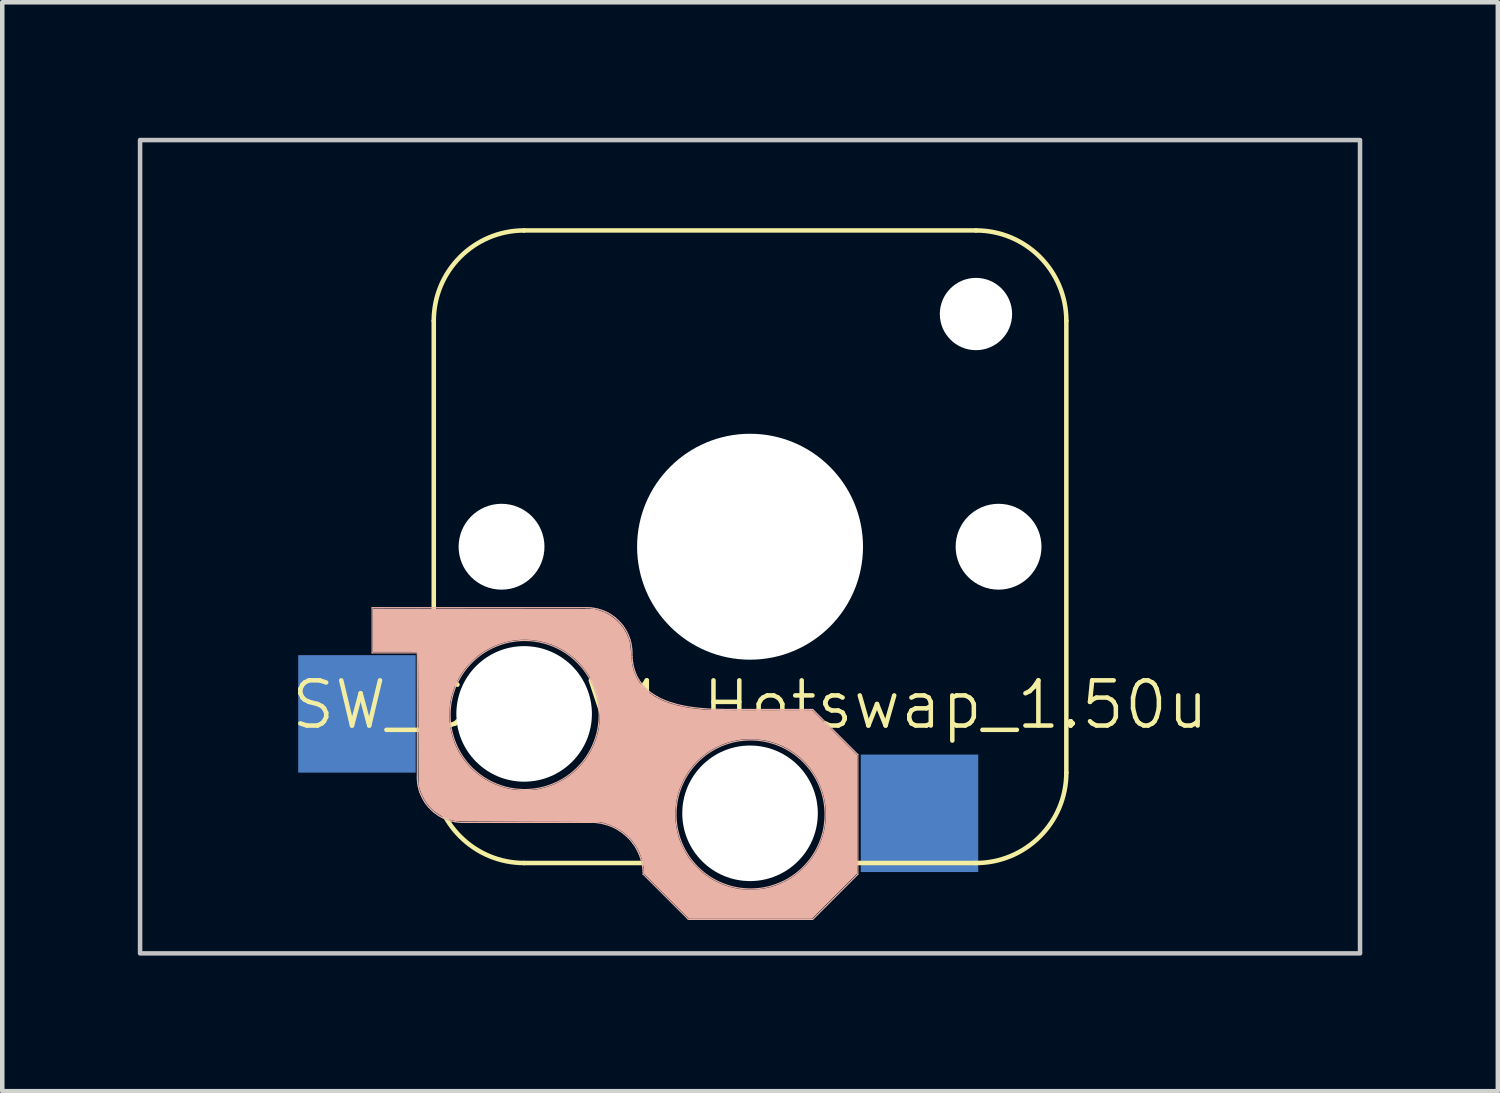
<source format=kicad_pcb>
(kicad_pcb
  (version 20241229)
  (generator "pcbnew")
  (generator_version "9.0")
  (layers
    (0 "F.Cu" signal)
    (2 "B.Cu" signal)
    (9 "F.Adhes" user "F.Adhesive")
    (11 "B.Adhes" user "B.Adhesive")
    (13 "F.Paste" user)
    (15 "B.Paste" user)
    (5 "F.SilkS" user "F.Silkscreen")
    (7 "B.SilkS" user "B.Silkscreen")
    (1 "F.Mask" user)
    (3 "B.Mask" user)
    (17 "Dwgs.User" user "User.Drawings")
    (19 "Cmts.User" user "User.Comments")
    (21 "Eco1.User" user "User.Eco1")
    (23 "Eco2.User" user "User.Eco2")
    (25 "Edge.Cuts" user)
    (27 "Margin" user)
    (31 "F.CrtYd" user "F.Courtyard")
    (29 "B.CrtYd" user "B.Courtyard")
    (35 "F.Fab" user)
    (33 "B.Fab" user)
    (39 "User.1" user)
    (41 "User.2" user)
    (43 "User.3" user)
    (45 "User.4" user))
  (footprint "SW_ChocV1_Hotswap_1.50u"
    (layer "F.Cu")
    (at 13.55 9.05)
    (property "Reference" "SW_ChocV1_Hotswap_1.50u" (at 0 3.5 0) (unlocked yes) (layer "F.SilkS") (effects (font (size 1 1) (thickness 0.1))))
    (attr through_hole)
    (fp_line (start -7 -5) (end -7 5) (stroke (width 0.1) (type default)) (layer "F.SilkS"))
    (fp_line (start -5 -7) (end 5 -7) (stroke (width 0.1) (type default)) (layer "F.SilkS"))
    (fp_line (start -5 7) (end -1.5 7) (stroke (width 0.1) (type default)) (layer "F.SilkS"))
    (fp_line (start 1.5 7) (end 5 7) (stroke (width 0.1) (type default)) (layer "F.SilkS"))
    (fp_line (start 7 -5) (end 7 5) (stroke (width 0.1) (type default)) (layer "F.SilkS"))
    (fp_arc (start -7 -5) (mid -6.414214 -6.414214) (end -5 -7) (stroke (width 0.1) (type default)) (layer "F.SilkS"))
    (fp_arc (start -5 7) (mid -6.414214 6.414214) (end -7 5) (stroke (width 0.1) (type default)) (layer "F.SilkS"))
    (fp_arc (start 5 -7) (mid 6.414214 -6.414214) (end 7 -5) (stroke (width 0.1) (type default)) (layer "F.SilkS"))
    (fp_arc (start 7 5) (mid 6.414214 6.414214) (end 5 7) (stroke (width 0.1) (type default)) (layer "F.SilkS"))
    (fp_line (start -8.364 1.349) (end -7.364 1.349) (stroke (width 0.026) (type solid)) (layer "B.SilkS"))
    (fp_line (start -8.364 2.349) (end -8.364 1.349) (stroke (width 0.026) (type solid)) (layer "B.SilkS"))
    (fp_line (start -7.364 1.349) (end -3.614 1.349) (stroke (width 0.026) (type solid)) (layer "B.SilkS"))
    (fp_line (start -7.364 2.349) (end -8.364 2.349) (stroke (width 0.026) (type solid)) (layer "B.SilkS"))
    (fp_line (start -7.364 5.1) (end -7.364 2.349) (stroke (width 0.026) (type solid)) (layer "B.SilkS"))
    (fp_line (start -7.364 5.1) (end -7.363 5.149) (stroke (width 0.026) (type solid)) (layer "B.SilkS"))
    (fp_line (start -7.363 5.149) (end -7.359 5.199) (stroke (width 0.026) (type solid)) (layer "B.SilkS"))
    (fp_line (start -7.359 5.199) (end -7.353 5.247) (stroke (width 0.026) (type solid)) (layer "B.SilkS"))
    (fp_line (start -7.353 5.247) (end -7.345 5.296) (stroke (width 0.026) (type solid)) (layer "B.SilkS"))
    (fp_line (start -7.345 5.296) (end -7.334 5.344) (stroke (width 0.026) (type solid)) (layer "B.SilkS"))
    (fp_line (start -7.334 5.344) (end -7.321 5.391) (stroke (width 0.026) (type solid)) (layer "B.SilkS"))
    (fp_line (start -7.321 5.391) (end -7.306 5.437) (stroke (width 0.026) (type solid)) (layer "B.SilkS"))
    (fp_line (start -7.306 5.437) (end -7.288 5.483) (stroke (width 0.026) (type solid)) (layer "B.SilkS"))
    (fp_line (start -7.288 5.483) (end -7.268 5.527) (stroke (width 0.026) (type solid)) (layer "B.SilkS"))
    (fp_line (start -7.268 5.527) (end -7.247 5.571) (stroke (width 0.026) (type solid)) (layer "B.SilkS"))
    (fp_line (start -7.247 5.571) (end -7.222 5.613) (stroke (width 0.026) (type solid)) (layer "B.SilkS"))
    (fp_line (start -7.222 5.613) (end -7.196 5.655) (stroke (width 0.026) (type solid)) (layer "B.SilkS"))
    (fp_line (start -7.196 5.655) (end -7.168 5.695) (stroke (width 0.026) (type solid)) (layer "B.SilkS"))
    (fp_line (start -7.168 5.695) (end -7.138 5.734) (stroke (width 0.026) (type solid)) (layer "B.SilkS"))
    (fp_line (start -7.138 5.734) (end -7.106 5.771) (stroke (width 0.026) (type solid)) (layer "B.SilkS"))
    (fp_line (start -7.106 5.771) (end -7.071 5.807) (stroke (width 0.026) (type solid)) (layer "B.SilkS"))
    (fp_line (start -7.071 5.807) (end -7.036 5.841) (stroke (width 0.026) (type solid)) (layer "B.SilkS"))
    (fp_line (start -7.036 5.841) (end -6.998 5.873) (stroke (width 0.026) (type solid)) (layer "B.SilkS"))
    (fp_line (start -6.998 5.873) (end -6.959 5.904) (stroke (width 0.026) (type solid)) (layer "B.SilkS"))
    (fp_line (start -6.959 5.904) (end -6.919 5.932) (stroke (width 0.026) (type solid)) (layer "B.SilkS"))
    (fp_line (start -6.919 5.932) (end -6.878 5.958) (stroke (width 0.026) (type solid)) (layer "B.SilkS"))
    (fp_line (start -6.878 5.958) (end -6.835 5.982) (stroke (width 0.026) (type solid)) (layer "B.SilkS"))
    (fp_line (start -6.835 5.982) (end -6.792 6.004) (stroke (width 0.026) (type solid)) (layer "B.SilkS"))
    (fp_line (start -6.792 6.004) (end -6.747 6.024) (stroke (width 0.026) (type solid)) (layer "B.SilkS"))
    (fp_line (start -6.747 6.024) (end -6.702 6.041) (stroke (width 0.026) (type solid)) (layer "B.SilkS"))
    (fp_line (start -6.702 6.041) (end -6.655 6.057) (stroke (width 0.026) (type solid)) (layer "B.SilkS"))
    (fp_line (start -6.655 6.057) (end -6.608 6.07) (stroke (width 0.026) (type solid)) (layer "B.SilkS"))
    (fp_line (start -6.608 6.07) (end -6.56 6.08) (stroke (width 0.026) (type solid)) (layer "B.SilkS"))
    (fp_line (start -6.56 6.08) (end -6.512 6.089) (stroke (width 0.026) (type solid)) (layer "B.SilkS"))
    (fp_line (start -6.512 6.089) (end -6.463 6.095) (stroke (width 0.026) (type solid)) (layer "B.SilkS"))
    (fp_line (start -6.463 6.095) (end -6.414 6.099) (stroke (width 0.026) (type solid)) (layer "B.SilkS"))
    (fp_line (start -6.414 6.099) (end -6.364 6.1) (stroke (width 0.026) (type solid)) (layer "B.SilkS"))
    (fp_line (start -6.364 6.1) (end -6.364 6.101) (stroke (width 0.026) (type default)) (layer "B.SilkS"))
    (fp_line (start -3.614 1.35) (end -3.614 1.349) (stroke (width 0.026) (type default)) (layer "B.SilkS"))
    (fp_line (start -3.565 1.351) (end -3.614 1.35) (stroke (width 0.026) (type solid)) (layer "B.SilkS"))
    (fp_line (start -3.516 1.355) (end -3.565 1.351) (stroke (width 0.026) (type solid)) (layer "B.SilkS"))
    (fp_line (start -3.514 6.101) (end -6.364 6.101) (stroke (width 0.026) (type solid)) (layer "B.SilkS"))
    (fp_line (start -3.514 6.101) (end -3.514 6.1) (stroke (width 0.026) (type default)) (layer "B.SilkS"))
    (fp_line (start -3.467 1.361) (end -3.516 1.355) (stroke (width 0.026) (type solid)) (layer "B.SilkS"))
    (fp_line (start -3.457 6.101) (end -3.514 6.1) (stroke (width 0.026) (type solid)) (layer "B.SilkS"))
    (fp_line (start -3.418 1.369) (end -3.467 1.361) (stroke (width 0.026) (type solid)) (layer "B.SilkS"))
    (fp_line (start -3.401 6.105) (end -3.457 6.101) (stroke (width 0.026) (type solid)) (layer "B.SilkS"))
    (fp_line (start -3.371 1.38) (end -3.418 1.369) (stroke (width 0.026) (type solid)) (layer "B.SilkS"))
    (fp_line (start -3.345 6.112) (end -3.401 6.105) (stroke (width 0.026) (type solid)) (layer "B.SilkS"))
    (fp_line (start -3.324 1.393) (end -3.371 1.38) (stroke (width 0.026) (type solid)) (layer "B.SilkS"))
    (fp_line (start -3.289 6.122) (end -3.345 6.112) (stroke (width 0.026) (type solid)) (layer "B.SilkS"))
    (fp_line (start -3.277 1.408) (end -3.324 1.393) (stroke (width 0.026) (type solid)) (layer "B.SilkS"))
    (fp_line (start -3.234 6.135) (end -3.289 6.122) (stroke (width 0.026) (type solid)) (layer "B.SilkS"))
    (fp_line (start -3.232 1.426) (end -3.277 1.408) (stroke (width 0.026) (type solid)) (layer "B.SilkS"))
    (fp_line (start -3.187 1.446) (end -3.232 1.426) (stroke (width 0.026) (type solid)) (layer "B.SilkS"))
    (fp_line (start -3.18 6.15) (end -3.234 6.135) (stroke (width 0.026) (type solid)) (layer "B.SilkS"))
    (fp_line (start -3.143 1.468) (end -3.187 1.446) (stroke (width 0.026) (type solid)) (layer "B.SilkS"))
    (fp_line (start -3.127 6.167) (end -3.18 6.15) (stroke (width 0.026) (type solid)) (layer "B.SilkS"))
    (fp_line (start -3.101 1.492) (end -3.143 1.468) (stroke (width 0.026) (type solid)) (layer "B.SilkS"))
    (fp_line (start -3.074 6.187) (end -3.127 6.167) (stroke (width 0.026) (type solid)) (layer "B.SilkS"))
    (fp_line (start -3.06 1.518) (end -3.101 1.492) (stroke (width 0.026) (type solid)) (layer "B.SilkS"))
    (fp_line (start -3.023 6.21) (end -3.074 6.187) (stroke (width 0.026) (type solid)) (layer "B.SilkS"))
    (fp_line (start -3.019 1.546) (end -3.06 1.518) (stroke (width 0.026) (type solid)) (layer "B.SilkS"))
    (fp_line (start -2.981 1.576) (end -3.019 1.546) (stroke (width 0.026) (type solid)) (layer "B.SilkS"))
    (fp_line (start -2.973 6.235) (end -3.023 6.21) (stroke (width 0.026) (type solid)) (layer "B.SilkS"))
    (fp_line (start -2.943 1.609) (end -2.981 1.576) (stroke (width 0.026) (type solid)) (layer "B.SilkS"))
    (fp_line (start -2.924 6.263) (end -2.973 6.235) (stroke (width 0.026) (type solid)) (layer "B.SilkS"))
    (fp_line (start -2.907 1.643) (end -2.943 1.609) (stroke (width 0.026) (type solid)) (layer "B.SilkS"))
    (fp_line (start -2.876 6.293) (end -2.924 6.263) (stroke (width 0.026) (type solid)) (layer "B.SilkS"))
    (fp_line (start -2.873 1.679) (end -2.907 1.643) (stroke (width 0.026) (type solid)) (layer "B.SilkS"))
    (fp_line (start -2.841 1.716) (end -2.873 1.679) (stroke (width 0.026) (type solid)) (layer "B.SilkS"))
    (fp_line (start -2.83 6.325) (end -2.876 6.293) (stroke (width 0.026) (type solid)) (layer "B.SilkS"))
    (fp_line (start -2.811 1.755) (end -2.841 1.716) (stroke (width 0.026) (type solid)) (layer "B.SilkS"))
    (fp_line (start -2.786 6.36) (end -2.83 6.325) (stroke (width 0.026) (type solid)) (layer "B.SilkS"))
    (fp_line (start -2.782 1.795) (end -2.811 1.755) (stroke (width 0.026) (type solid)) (layer "B.SilkS"))
    (fp_line (start -2.756 1.836) (end -2.782 1.795) (stroke (width 0.026) (type solid)) (layer "B.SilkS"))
    (fp_line (start -2.743 6.397) (end -2.786 6.36) (stroke (width 0.026) (type solid)) (layer "B.SilkS"))
    (fp_line (start -2.732 1.879) (end -2.756 1.836) (stroke (width 0.026) (type solid)) (layer "B.SilkS"))
    (fp_line (start -2.71 1.923) (end -2.732 1.879) (stroke (width 0.026) (type solid)) (layer "B.SilkS"))
    (fp_line (start -2.701 6.437) (end -2.743 6.397) (stroke (width 0.026) (type solid)) (layer "B.SilkS"))
    (fp_line (start -2.69 1.967) (end -2.71 1.923) (stroke (width 0.026) (type solid)) (layer "B.SilkS"))
    (fp_line (start -2.673 2.013) (end -2.69 1.967) (stroke (width 0.026) (type solid)) (layer "B.SilkS"))
    (fp_line (start -2.662 6.478) (end -2.701 6.437) (stroke (width 0.026) (type solid)) (layer "B.SilkS"))
    (fp_line (start -2.658 2.059) (end -2.673 2.013) (stroke (width 0.026) (type solid)) (layer "B.SilkS"))
    (fp_line (start -2.644 2.106) (end -2.658 2.059) (stroke (width 0.026) (type solid)) (layer "B.SilkS"))
    (fp_line (start -2.634 2.154) (end -2.644 2.106) (stroke (width 0.026) (type solid)) (layer "B.SilkS"))
    (fp_line (start -2.625 2.202) (end -2.634 2.154) (stroke (width 0.026) (type solid)) (layer "B.SilkS"))
    (fp_line (start -2.625 6.521) (end -2.662 6.478) (stroke (width 0.026) (type solid)) (layer "B.SilkS"))
    (fp_line (start -2.619 2.251) (end -2.625 2.202) (stroke (width 0.026) (type solid)) (layer "B.SilkS"))
    (fp_line (start -2.616 2.3) (end -2.619 2.251) (stroke (width 0.026) (type solid)) (layer "B.SilkS"))
    (fp_line (start -2.614 2.35) (end -2.616 2.3) (stroke (width 0.026) (type solid)) (layer "B.SilkS"))
    (fp_line (start -2.612 2.427) (end -2.614 2.35) (stroke (width 0.026) (type solid)) (layer "B.SilkS"))
    (fp_line (start -2.607 2.501) (end -2.612 2.427) (stroke (width 0.026) (type solid)) (layer "B.SilkS"))
    (fp_line (start -2.597 2.573) (end -2.607 2.501) (stroke (width 0.026) (type solid)) (layer "B.SilkS"))
    (fp_line (start -2.59 6.566) (end -2.625 6.521) (stroke (width 0.026) (type solid)) (layer "B.SilkS"))
    (fp_line (start -2.583 2.643) (end -2.597 2.573) (stroke (width 0.026) (type solid)) (layer "B.SilkS"))
    (fp_line (start -2.566 2.71) (end -2.583 2.643) (stroke (width 0.026) (type solid)) (layer "B.SilkS"))
    (fp_line (start -2.558 6.612) (end -2.59 6.566) (stroke (width 0.026) (type solid)) (layer "B.SilkS"))
    (fp_line (start -2.544 2.775) (end -2.566 2.71) (stroke (width 0.026) (type solid)) (layer "B.SilkS"))
    (fp_line (start -2.527 6.659) (end -2.558 6.612) (stroke (width 0.026) (type solid)) (layer "B.SilkS"))
    (fp_line (start -2.519 2.837) (end -2.544 2.775) (stroke (width 0.026) (type solid)) (layer "B.SilkS"))
    (fp_line (start -2.5 6.708) (end -2.527 6.659) (stroke (width 0.026) (type solid)) (layer "B.SilkS"))
    (fp_line (start -2.489 2.897) (end -2.519 2.837) (stroke (width 0.026) (type solid)) (layer "B.SilkS"))
    (fp_line (start -2.475 6.758) (end -2.5 6.708) (stroke (width 0.026) (type solid)) (layer "B.SilkS"))
    (fp_line (start -2.456 2.954) (end -2.489 2.897) (stroke (width 0.026) (type solid)) (layer "B.SilkS"))
    (fp_line (start -2.452 6.81) (end -2.475 6.758) (stroke (width 0.026) (type solid)) (layer "B.SilkS"))
    (fp_line (start -2.432 6.862) (end -2.452 6.81) (stroke (width 0.026) (type solid)) (layer "B.SilkS"))
    (fp_line (start -2.419 3.009) (end -2.456 2.954) (stroke (width 0.026) (type solid)) (layer "B.SilkS"))
    (fp_line (start -2.414 6.915) (end -2.432 6.862) (stroke (width 0.026) (type solid)) (layer "B.SilkS"))
    (fp_line (start -2.399 6.97) (end -2.414 6.915) (stroke (width 0.026) (type solid)) (layer "B.SilkS"))
    (fp_line (start -2.387 7.024) (end -2.399 6.97) (stroke (width 0.026) (type solid)) (layer "B.SilkS"))
    (fp_line (start -2.378 3.061) (end -2.419 3.009) (stroke (width 0.026) (type solid)) (layer "B.SilkS"))
    (fp_line (start -2.377 7.08) (end -2.387 7.024) (stroke (width 0.026) (type solid)) (layer "B.SilkS"))
    (fp_line (start -2.37 7.136) (end -2.377 7.08) (stroke (width 0.026) (type solid)) (layer "B.SilkS"))
    (fp_line (start -2.366 7.193) (end -2.37 7.136) (stroke (width 0.026) (type solid)) (layer "B.SilkS"))
    (fp_line (start -2.364 7.25) (end -2.366 7.193) (stroke (width 0.026) (type solid)) (layer "B.SilkS"))
    (fp_line (start -2.364 7.25) (end -2.364 7.249) (stroke (width 0.026) (type default)) (layer "B.SilkS"))
    (fp_line (start -2.333 3.112) (end -2.378 3.061) (stroke (width 0.026) (type solid)) (layer "B.SilkS"))
    (fp_line (start -2.284 3.159) (end -2.333 3.112) (stroke (width 0.026) (type solid)) (layer "B.SilkS"))
    (fp_line (start -2.232 3.204) (end -2.284 3.159) (stroke (width 0.026) (type solid)) (layer "B.SilkS"))
    (fp_line (start -2.175 3.247) (end -2.232 3.204) (stroke (width 0.026) (type solid)) (layer "B.SilkS"))
    (fp_line (start -2.114 3.287) (end -2.175 3.247) (stroke (width 0.026) (type solid)) (layer "B.SilkS"))
    (fp_line (start -2.05 3.325) (end -2.114 3.287) (stroke (width 0.026) (type solid)) (layer "B.SilkS"))
    (fp_line (start -1.982 3.361) (end -2.05 3.325) (stroke (width 0.026) (type solid)) (layer "B.SilkS"))
    (fp_line (start -1.833 3.424) (end -1.982 3.361) (stroke (width 0.026) (type solid)) (layer "B.SilkS"))
    (fp_line (start -1.669 3.478) (end -1.833 3.424) (stroke (width 0.026) (type solid)) (layer "B.SilkS"))
    (fp_line (start -1.489 3.522) (end -1.669 3.478) (stroke (width 0.026) (type solid)) (layer "B.SilkS"))
    (fp_line (start -1.364 8.249) (end -2.364 7.249) (stroke (width 0.026) (type solid)) (layer "B.SilkS"))
    (fp_line (start -1.294 3.556) (end -1.489 3.522) (stroke (width 0.026) (type solid)) (layer "B.SilkS"))
    (fp_line (start -1.083 3.58) (end -1.294 3.556) (stroke (width 0.026) (type solid)) (layer "B.SilkS"))
    (fp_line (start -0.857 3.595) (end -1.083 3.58) (stroke (width 0.026) (type solid)) (layer "B.SilkS"))
    (fp_line (start -0.614 3.601) (end -0.614 3.6) (stroke (width 0.026) (type default)) (layer "B.SilkS"))
    (fp_line (start -0.614 3.601) (end 1.386 3.601) (stroke (width 0.026) (type solid)) (layer "B.SilkS"))
    (fp_line (start -0.614 3.6) (end -0.857 3.595) (stroke (width 0.026) (type solid)) (layer "B.SilkS"))
    (fp_line (start 1.386 8.249) (end -1.364 8.249) (stroke (width 0.026) (type solid)) (layer "B.SilkS"))
    (fp_line (start 2.386 4.601) (end 1.386 3.601) (stroke (width 0.026) (type solid)) (layer "B.SilkS"))
    (fp_line (start 2.386 4.601) (end 2.386 7.249) (stroke (width 0.026) (type solid)) (layer "B.SilkS"))
    (fp_line (start 2.386 7.249) (end 1.386 8.249) (stroke (width 0.026) (type solid)) (layer "B.SilkS"))
    (fp_poly (pts (xy -4.883 2.078) (xy -4.776 2.089) (xy -4.67 2.106) (xy -4.566 2.13) (xy -4.462 2.161) (xy -4.361 2.199) (xy -4.261 2.244) (xy -4.164 2.296) (xy -4.071 2.354) (xy -3.982 2.418) (xy -3.899 2.487) (xy -3.82 2.561) (xy -3.747 2.639) (xy -3.679 2.722) (xy -3.617 2.809) (xy -3.56 2.9) (xy -3.51 2.994) (xy -3.466 3.091) (xy -3.428 3.192) (xy -3.396 3.294) (xy -3.372 3.399) (xy -3.354 3.506) (xy -3.343 3.615) (xy -3.339 3.725) (xy -3.34 3.78) (xy -3.343 3.835) (xy -3.348 3.889) (xy -3.354 3.943) (xy -3.362 3.997) (xy -3.372 4.05) (xy -3.383 4.103) (xy -3.396 4.155) (xy -3.411 4.207) (xy -3.428 4.258) (xy -3.446 4.309) (xy -3.466 4.358) (xy -3.487 4.407) (xy -3.51 4.456) (xy -3.534 4.503) (xy -3.56 4.55) (xy -3.588 4.596) (xy -3.617 4.641) (xy -3.647 4.685) (xy -3.679 4.728) (xy -3.712 4.77) (xy -3.747 4.811) (xy -3.783 4.85) (xy -3.82 4.889) (xy -3.859 4.927) (xy -3.899 4.963) (xy -3.94 4.998) (xy -3.982 5.032) (xy -4.026 5.064) (xy -4.071 5.096) (xy -4.117 5.125) (xy -4.164 5.154) (xy -4.261 5.206) (xy -4.361 5.25) (xy -4.462 5.288) (xy -4.566 5.32) (xy -4.67 5.344) (xy -4.776 5.361) (xy -4.883 5.371) (xy -4.989 5.375) (xy -5.096 5.371) (xy -5.203 5.361) (xy -5.308 5.344) (xy -5.413 5.32) (xy -5.516 5.288) (xy -5.618 5.25) (xy -5.717 5.206) (xy -5.814 5.154) (xy -5.908 5.096) (xy -5.996 5.032) (xy -6.08 4.963) (xy -6.159 4.889) (xy -6.232 4.811) (xy -6.3 4.728) (xy -6.362 4.641) (xy -6.418 4.55) (xy -6.469 4.456) (xy -6.513 4.358) (xy -6.551 4.258) (xy -6.582 4.155) (xy -6.607 4.05) (xy -6.625 3.943) (xy -6.636 3.835) (xy -6.639 3.725) (xy -6.638 3.67) (xy -6.636 3.615) (xy -6.631 3.56) (xy -6.625 3.506) (xy -6.617 3.453) (xy -6.607 3.399) (xy -6.595 3.347) (xy -6.582 3.294) (xy -6.567 3.243) (xy -6.551 3.192) (xy -6.533 3.141) (xy -6.513 3.091) (xy -6.492 3.042) (xy -6.469 2.994) (xy -6.444 2.947) (xy -6.418 2.9) (xy -6.391 2.854) (xy -6.362 2.809) (xy -6.332 2.765) (xy -6.3 2.722) (xy -6.267 2.68) (xy -6.232 2.639) (xy -6.196 2.599) (xy -6.159 2.561) (xy -6.12 2.523) (xy -6.08 2.487) (xy -6.039 2.452) (xy -5.996 2.418) (xy -5.953 2.385) (xy -5.908 2.354) (xy -5.862 2.324) (xy -5.814 2.296) (xy -5.717 2.244) (xy -5.618 2.199) (xy -5.516 2.161) (xy -5.413 2.13) (xy -5.308 2.106) (xy -5.203 2.089) (xy -5.096 2.078) (xy -4.989 2.075)) (stroke (width 0.026) (type solid)) (fill no) (layer "B.SilkS"))
    (fp_poly (pts (xy 0.096 4.278) (xy 0.179 4.284) (xy 0.262 4.295) (xy 0.343 4.309) (xy 0.423 4.328) (xy 0.501 4.35) (xy 0.578 4.376) (xy 0.653 4.405) (xy 0.726 4.438) (xy 0.797 4.475) (xy 0.866 4.515) (xy 0.933 4.557) (xy 0.998 4.603) (xy 1.06 4.652) (xy 1.12 4.704) (xy 1.177 4.759) (xy 1.232 4.816) (xy 1.284 4.876) (xy 1.333 4.938) (xy 1.379 5.003) (xy 1.422 5.07) (xy 1.461 5.139) (xy 1.498 5.21) (xy 1.531 5.283) (xy 1.56 5.358) (xy 1.586 5.434) (xy 1.609 5.513) (xy 1.627 5.592) (xy 1.642 5.674) (xy 1.652 5.756) (xy 1.658 5.84) (xy 1.661 5.925) (xy 1.661 5.925) (xy 1.66 5.98) (xy 1.657 6.035) (xy 1.652 6.089) (xy 1.646 6.143) (xy 1.638 6.197) (xy 1.628 6.25) (xy 1.617 6.303) (xy 1.604 6.355) (xy 1.589 6.407) (xy 1.572 6.458) (xy 1.554 6.509) (xy 1.534 6.558) (xy 1.513 6.607) (xy 1.49 6.656) (xy 1.466 6.703) (xy 1.44 6.75) (xy 1.412 6.796) (xy 1.383 6.841) (xy 1.353 6.885) (xy 1.321 6.928) (xy 1.288 6.97) (xy 1.253 7.01) (xy 1.217 7.05) (xy 1.18 7.089) (xy 1.141 7.127) (xy 1.101 7.163) (xy 1.06 7.198) (xy 1.018 7.232) (xy 0.974 7.264) (xy 0.929 7.296) (xy 0.883 7.325) (xy 0.836 7.354) (xy 0.739 7.406) (xy 0.639 7.45) (xy 0.538 7.488) (xy 0.434 7.52) (xy 0.33 7.544) (xy 0.224 7.561) (xy 0.117 7.571) (xy 0.011 7.575) (xy -0.096 7.571) (xy -0.203 7.561) (xy -0.308 7.544) (xy -0.413 7.52) (xy -0.516 7.488) (xy -0.618 7.45) (xy -0.717 7.406) (xy -0.814 7.354) (xy -0.908 7.296) (xy -0.996 7.232) (xy -1.08 7.163) (xy -1.159 7.089) (xy -1.232 7.01) (xy -1.3 6.928) (xy -1.362 6.841) (xy -1.418 6.75) (xy -1.469 6.656) (xy -1.513 6.558) (xy -1.551 6.458) (xy -1.582 6.355) (xy -1.607 6.25) (xy -1.625 6.143) (xy -1.636 6.035) (xy -1.639 5.925) (xy -1.637 5.84) (xy -1.631 5.756) (xy -1.62 5.674) (xy -1.606 5.592) (xy -1.587 5.513) (xy -1.565 5.434) (xy -1.539 5.358) (xy -1.509 5.283) (xy -1.476 5.21) (xy -1.44 5.139) (xy -1.4 5.07) (xy -1.357 5.003) (xy -1.311 4.938) (xy -1.262 4.876) (xy -1.21 4.816) (xy -1.156 4.759) (xy -1.098 4.704) (xy -1.039 4.652) (xy -0.976 4.603) (xy -0.912 4.557) (xy -0.845 4.514) (xy -0.776 4.475) (xy -0.704 4.438) (xy -0.631 4.405) (xy -0.556 4.376) (xy -0.48 4.35) (xy -0.402 4.328) (xy -0.322 4.309) (xy -0.24 4.295) (xy -0.158 4.284) (xy -0.074 4.278) (xy 0.011 4.276)) (stroke (width 0.026) (type solid)) (fill no) (layer "B.SilkS"))
    (fp_poly (pts (xy -5.9 1.372) (xy -3.455 1.375) (xy -3.369 1.399) (xy -3.305 1.419) (xy -3.244 1.442) (xy -3.184 1.47) (xy -3.127 1.501) (xy -3.072 1.535) (xy -3.02 1.572) (xy -2.97 1.613) (xy -2.923 1.657) (xy -2.879 1.703) (xy -2.839 1.753) (xy -2.801 1.804) (xy -2.767 1.858) (xy -2.736 1.915) (xy -2.709 1.974) (xy -2.686 2.034) (xy -2.667 2.097) (xy -2.661 2.121) (xy -2.656 2.146) (xy -2.651 2.173) (xy -2.647 2.203) (xy -2.643 2.237) (xy -2.639 2.275) (xy -2.635 2.319) (xy -2.632 2.369) (xy -2.625 2.458) (xy -2.617 2.536) (xy -2.612 2.571) (xy -2.607 2.604) (xy -2.602 2.635) (xy -2.595 2.665) (xy -2.589 2.693) (xy -2.581 2.72) (xy -2.573 2.747) (xy -2.563 2.773) (xy -2.553 2.799) (xy -2.542 2.825) (xy -2.517 2.879) (xy -2.498 2.915) (xy -2.478 2.95) (xy -2.457 2.984) (xy -2.434 3.017) (xy -2.409 3.049) (xy -2.384 3.081) (xy -2.357 3.111) (xy -2.329 3.14) (xy -2.299 3.169) (xy -2.268 3.197) (xy -2.236 3.224) (xy -2.202 3.249) (xy -2.167 3.274) (xy -2.13 3.299) (xy -2.092 3.322) (xy -2.053 3.344) (xy -2.012 3.366) (xy -1.97 3.386) (xy -1.926 3.406) (xy -1.881 3.424) (xy -1.835 3.442) (xy -1.787 3.459) (xy -1.738 3.475) (xy -1.687 3.491) (xy -1.582 3.519) (xy -1.471 3.543) (xy -1.354 3.564) (xy -1.231 3.581) (xy -1.137 3.592) (xy -1.042 3.601) (xy -0.931 3.607) (xy -0.794 3.611) (xy -0.616 3.614) (xy -0.385 3.616) (xy 0.286 3.617) (xy 1.378 3.617) (xy 1.873 4.112) (xy 2.367 4.606) (xy 2.367 7.237) (xy 1.868 7.736) (xy 1.369 8.235) (xy -1.352 8.235) (xy -1.851 7.736) (xy -2.349 7.237) (xy -2.349 7.187) (xy -2.35 7.158) (xy -2.353 7.127) (xy -2.356 7.095) (xy -2.362 7.061) (xy -2.368 7.027) (xy -2.376 6.992) (xy -2.385 6.957) (xy -2.395 6.921) (xy -2.406 6.885) (xy -2.419 6.85) (xy -2.432 6.815) (xy -2.446 6.78) (xy -2.46 6.747) (xy -2.476 6.715) (xy -2.492 6.685) (xy -2.508 6.656) (xy -2.54 6.605) (xy -2.574 6.557) (xy -2.609 6.511) (xy -2.647 6.467) (xy -2.687 6.426) (xy -2.728 6.386) (xy -2.772 6.349) (xy -2.817 6.313) (xy -2.864 6.28) (xy -2.914 6.25) (xy -2.965 6.221) (xy -3.018 6.195) (xy -3.073 6.17) (xy -3.129 6.149) (xy -3.188 6.129) (xy -3.249 6.111) (xy -3.262 6.108) (xy -3.268 6.106) (xy -3.275 6.105) (xy -3.283 6.104) (xy -3.292 6.102) (xy -3.303 6.101) (xy -3.315 6.1) (xy -3.329 6.099) (xy -3.345 6.098) (xy -3.365 6.097) (xy -3.386 6.096) (xy -3.412 6.096) (xy -3.44 6.095) (xy -3.509 6.094) (xy -3.596 6.093) (xy -3.703 6.092) (xy -3.832 6.091) (xy -3.986 6.09) (xy -4.379 6.088) (xy -4.9 6.087) (xy -6.285 6.08) (xy -6.487 6.073) (xy -6.53 6.069) (xy -6.561 6.063) (xy -6.59 6.055) (xy -6.618 6.048) (xy -6.646 6.039) (xy -6.674 6.03) (xy -6.701 6.021) (xy -6.727 6.01) (xy -6.753 5.999) (xy -6.779 5.988) (xy -6.804 5.975) (xy -6.829 5.962) (xy -6.833 5.96) (xy -1.654 5.96) (xy -1.648 6.081) (xy -1.632 6.203) (xy -1.607 6.324) (xy -1.574 6.444) (xy -1.565 6.469) (xy -1.556 6.496) (xy -1.532 6.553) (xy -1.505 6.614) (xy -1.476 6.675) (xy -1.444 6.736) (xy -1.412 6.794) (xy -1.38 6.846) (xy -1.364 6.87) (xy -1.349 6.892) (xy -1.335 6.911) (xy -1.32 6.931) (xy -1.285 6.973) (xy -1.247 7.017) (xy -1.206 7.062) (xy -1.164 7.105) (xy -1.123 7.146) (xy -1.084 7.183) (xy -1.065 7.199) (xy -1.048 7.214) (xy -1.003 7.25) (xy -0.956 7.283) (xy -0.909 7.316) (xy -0.861 7.346) (xy -0.812 7.375) (xy -0.761 7.403) (xy -0.71 7.428) (xy -0.658 7.452) (xy -0.606 7.474) (xy -0.552 7.494) (xy -0.498 7.512) (xy -0.443 7.529) (xy -0.388 7.544) (xy -0.332 7.556) (xy -0.276 7.567) (xy -0.219 7.576) (xy -0.193 7.58) (xy -0.163 7.582) (xy -0.098 7.586) (xy -0.026 7.588) (xy 0.049 7.587) (xy 0.123 7.584) (xy 0.195 7.579) (xy 0.26 7.573) (xy 0.289 7.569) (xy 0.316 7.564) (xy 0.316 7.564) (xy 0.437 7.537) (xy 0.555 7.501) (xy 0.669 7.457) (xy 0.778 7.405) (xy 0.883 7.345) (xy 0.983 7.278) (xy 1.078 7.204) (xy 1.168 7.124) (xy 1.251 7.038) (xy 1.328 6.946) (xy 1.398 6.849) (xy 1.462 6.746) (xy 1.517 6.639) (xy 1.565 6.527) (xy 1.605 6.411) (xy 1.637 6.292) (xy 1.653 6.207) (xy 1.666 6.122) (xy 1.674 6.037) (xy 1.677 5.953) (xy 1.677 5.868) (xy 1.672 5.784) (xy 1.663 5.701) (xy 1.649 5.618) (xy 1.632 5.536) (xy 1.61 5.455) (xy 1.584 5.375) (xy 1.554 5.296) (xy 1.52 5.218) (xy 1.482 5.142) (xy 1.44 5.067) (xy 1.393 4.994) (xy 1.346 4.927) (xy 1.295 4.862) (xy 1.242 4.8) (xy 1.185 4.741) (xy 1.126 4.685) (xy 1.065 4.632) (xy 1.001 4.583) (xy 0.934 4.536) (xy 0.866 4.493) (xy 0.795 4.453) (xy 0.722 4.416) (xy 0.647 4.383) (xy 0.571 4.354) (xy 0.492 4.328) (xy 0.412 4.306) (xy 0.331 4.287) (xy 0.303 4.283) (xy 0.273 4.278) (xy 0.206 4.271) (xy 0.134 4.266) (xy 0.057 4.262) (xy -0.019 4.262) (xy -0.092 4.263) (xy -0.16 4.267) (xy -0.191 4.27) (xy -0.219 4.274) (xy -0.281 4.284) (xy -0.342 4.296) (xy -0.402 4.31) (xy -0.461 4.326) (xy -0.52 4.345) (xy -0.577 4.365) (xy -0.633 4.387) (xy -0.689 4.412) (xy -0.744 4.438) (xy -0.797 4.466) (xy -0.85 4.497) (xy -0.901 4.529) (xy -0.952 4.563) (xy -1.001 4.6) (xy -1.049 4.638) (xy -1.096 4.678) (xy -1.142 4.72) (xy -1.185 4.763) (xy -1.227 4.807) (xy -1.267 4.853) (xy -1.341 4.948) (xy -1.408 5.048) (xy -1.467 5.152) (xy -1.518 5.26) (xy -1.562 5.371) (xy -1.597 5.485) (xy -1.624 5.601) (xy -1.642 5.72) (xy -1.653 5.839) (xy -1.654 5.96) (xy -6.833 5.96) (xy -6.854 5.948) (xy -6.878 5.934) (xy -6.902 5.918) (xy -6.926 5.902) (xy -6.949 5.885) (xy -6.973 5.867) (xy -7.003 5.843) (xy -7.032 5.817) (xy -7.06 5.79) (xy -7.087 5.762) (xy -7.113 5.732) (xy -7.138 5.702) (xy -7.161 5.67) (xy -7.183 5.637) (xy -7.205 5.604) (xy -7.224 5.569) (xy -7.243 5.534) (xy -7.26 5.498) (xy -7.276 5.461) (xy -7.29 5.423) (xy -7.303 5.385) (xy -7.315 5.346) (xy -7.339 5.259) (xy -7.342 3.806) (xy -7.342 3.738) (xy -6.653 3.738) (xy -6.652 3.802) (xy -6.65 3.86) (xy -6.646 3.908) (xy -6.633 4.003) (xy -6.614 4.095) (xy -6.591 4.186) (xy -6.563 4.274) (xy -6.531 4.36) (xy -6.494 4.444) (xy -6.453 4.525) (xy -6.407 4.604) (xy -6.357 4.68) (xy -6.303 4.753) (xy -6.244 4.823) (xy -6.181 4.891) (xy -6.114 4.955) (xy -6.043 5.016) (xy -5.968 5.074) (xy -5.889 5.129) (xy -5.858 5.148) (xy -5.826 5.168) (xy -5.792 5.186) (xy -5.757 5.205) (xy -5.722 5.222) (xy -5.685 5.239) (xy -5.648 5.256) (xy -5.61 5.271) (xy -5.572 5.286) (xy -5.534 5.3) (xy -5.495 5.312) (xy -5.457 5.324) (xy -5.419 5.335) (xy -5.381 5.345) (xy -5.343 5.354) (xy -5.307 5.361) (xy -5.26 5.37) (xy -5.222 5.376) (xy -5.205 5.379) (xy -5.189 5.381) (xy -5.173 5.382) (xy -5.157 5.384) (xy -5.14 5.385) (xy -5.121 5.385) (xy -5.079 5.386) (xy -5.024 5.385) (xy -4.954 5.384) (xy -4.897 5.383) (xy -4.85 5.382) (xy -4.811 5.38) (xy -4.777 5.378) (xy -4.746 5.375) (xy -4.716 5.37) (xy -4.686 5.365) (xy -4.654 5.358) (xy -4.654 5.358) (xy -4.537 5.33) (xy -4.425 5.293) (xy -4.316 5.25) (xy -4.211 5.199) (xy -4.111 5.142) (xy -4.015 5.078) (xy -3.925 5.008) (xy -3.839 4.932) (xy -3.759 4.85) (xy -3.684 4.763) (xy -3.616 4.671) (xy -3.554 4.574) (xy -3.499 4.472) (xy -3.45 4.366) (xy -3.409 4.256) (xy -3.375 4.142) (xy -3.363 4.093) (xy -3.353 4.044) (xy -3.345 3.993) (xy -3.338 3.941) (xy -3.332 3.889) (xy -3.328 3.836) (xy -3.326 3.783) (xy -3.325 3.729) (xy -3.325 3.676) (xy -3.328 3.622) (xy -3.331 3.569) (xy -3.337 3.516) (xy -3.344 3.464) (xy -3.352 3.413) (xy -3.362 3.363) (xy -3.374 3.313) (xy -3.39 3.252) (xy -3.409 3.192) (xy -3.431 3.132) (xy -3.454 3.074) (xy -3.479 3.017) (xy -3.507 2.961) (xy -3.536 2.907) (xy -3.567 2.854) (xy -3.636 2.751) (xy -3.711 2.654) (xy -3.793 2.563) (xy -3.881 2.478) (xy -3.976 2.401) (xy -4.075 2.33) (xy -4.18 2.266) (xy -4.29 2.211) (xy -4.347 2.186) (xy -4.404 2.163) (xy -4.463 2.143) (xy -4.522 2.124) (xy -4.583 2.108) (xy -4.644 2.094) (xy -4.706 2.082) (xy -4.769 2.073) (xy -4.851 2.064) (xy -4.932 2.06) (xy -5.014 2.059) (xy -5.095 2.062) (xy -5.176 2.069) (xy -5.256 2.08) (xy -5.335 2.095) (xy -5.414 2.114) (xy -5.492 2.136) (xy -5.568 2.162) (xy -5.643 2.192) (xy -5.717 2.225) (xy -5.79 2.262) (xy -5.86 2.303) (xy -5.929 2.347) (xy -5.997 2.395) (xy -6.015 2.409) (xy -6.035 2.425) (xy -6.056 2.443) (xy -6.077 2.462) (xy -6.123 2.504) (xy -6.169 2.549) (xy -6.213 2.595) (xy -6.255 2.64) (xy -6.274 2.662) (xy -6.292 2.683) (xy -6.308 2.703) (xy -6.322 2.722) (xy -6.351 2.762) (xy -6.379 2.802) (xy -6.405 2.844) (xy -6.43 2.886) (xy -6.454 2.929) (xy -6.477 2.972) (xy -6.498 3.016) (xy -6.518 3.061) (xy -6.537 3.106) (xy -6.555 3.152) (xy -6.571 3.198) (xy -6.586 3.245) (xy -6.6 3.292) (xy -6.612 3.34) (xy -6.623 3.388) (xy -6.633 3.437) (xy -6.636 3.458) (xy -6.639 3.482) (xy -6.645 3.539) (xy -6.649 3.603) (xy -6.652 3.67) (xy -6.653 3.738) (xy -7.342 3.738) (xy -7.346 2.613) (xy -7.35 2.4) (xy -7.353 2.356) (xy -7.357 2.34) (xy -7.358 2.339) (xy -7.359 2.338) (xy -7.362 2.338) (xy -7.364 2.337) (xy -7.372 2.335) (xy -7.382 2.334) (xy -7.395 2.333) (xy -7.412 2.332) (xy -7.433 2.331) (xy -7.458 2.33) (xy -7.488 2.329) (xy -7.522 2.329) (xy -7.608 2.328) (xy -7.719 2.328) (xy -7.858 2.328) (xy -8.346 2.328) (xy -8.346 1.37)) (stroke (width -0.000001) (type solid)) (fill yes) (layer "B.SilkS"))
    (fp_rect (start -13.5 -9) (end 13.5 9) (stroke (width 0.1) (type default)) (fill no) (layer "Dwgs.User"))
    (pad "" np_thru_hole circle (at -5.5 0) (size 1.9 1.9) (drill 1.9) (layers "*.Cu" "*.Mask"))
    (pad "" np_thru_hole circle (at -5 3.7) (size 3 3) (drill 3) (layers "*.Cu" "*.Mask"))
    (pad "" np_thru_hole circle (at 0 0) (size 5 5) (drill 5) (layers "*.Cu" "*.Mask"))
    (pad "" np_thru_hole circle (at 0 5.9) (size 3 3) (drill 3) (layers "*.Cu" "*.Mask"))
    (pad "" np_thru_hole circle (at 5 -5.15) (size 1.6 1.6) (drill 1.6) (layers "*.Cu" "*.Mask"))
    (pad "" np_thru_hole circle (at 5.5 0) (size 1.9 1.9) (drill 1.9) (layers "*.Cu" "*.Mask"))
    (pad "1" smd rect (at -8.7 3.7) (size 2.6 2.6) (layers "B.Cu" "B.Mask" "B.Paste"))
    (pad "2" smd rect (at 3.75 5.9) (size 2.6 2.6) (layers "B.Cu" "B.Mask" "B.Paste")))
  (gr_rect
    (start -3 -3)
    (end 30.1 21.1)
    (stroke (width 0.1) (type default))
    (fill no)
    (layer "Edge.Cuts")))
</source>
